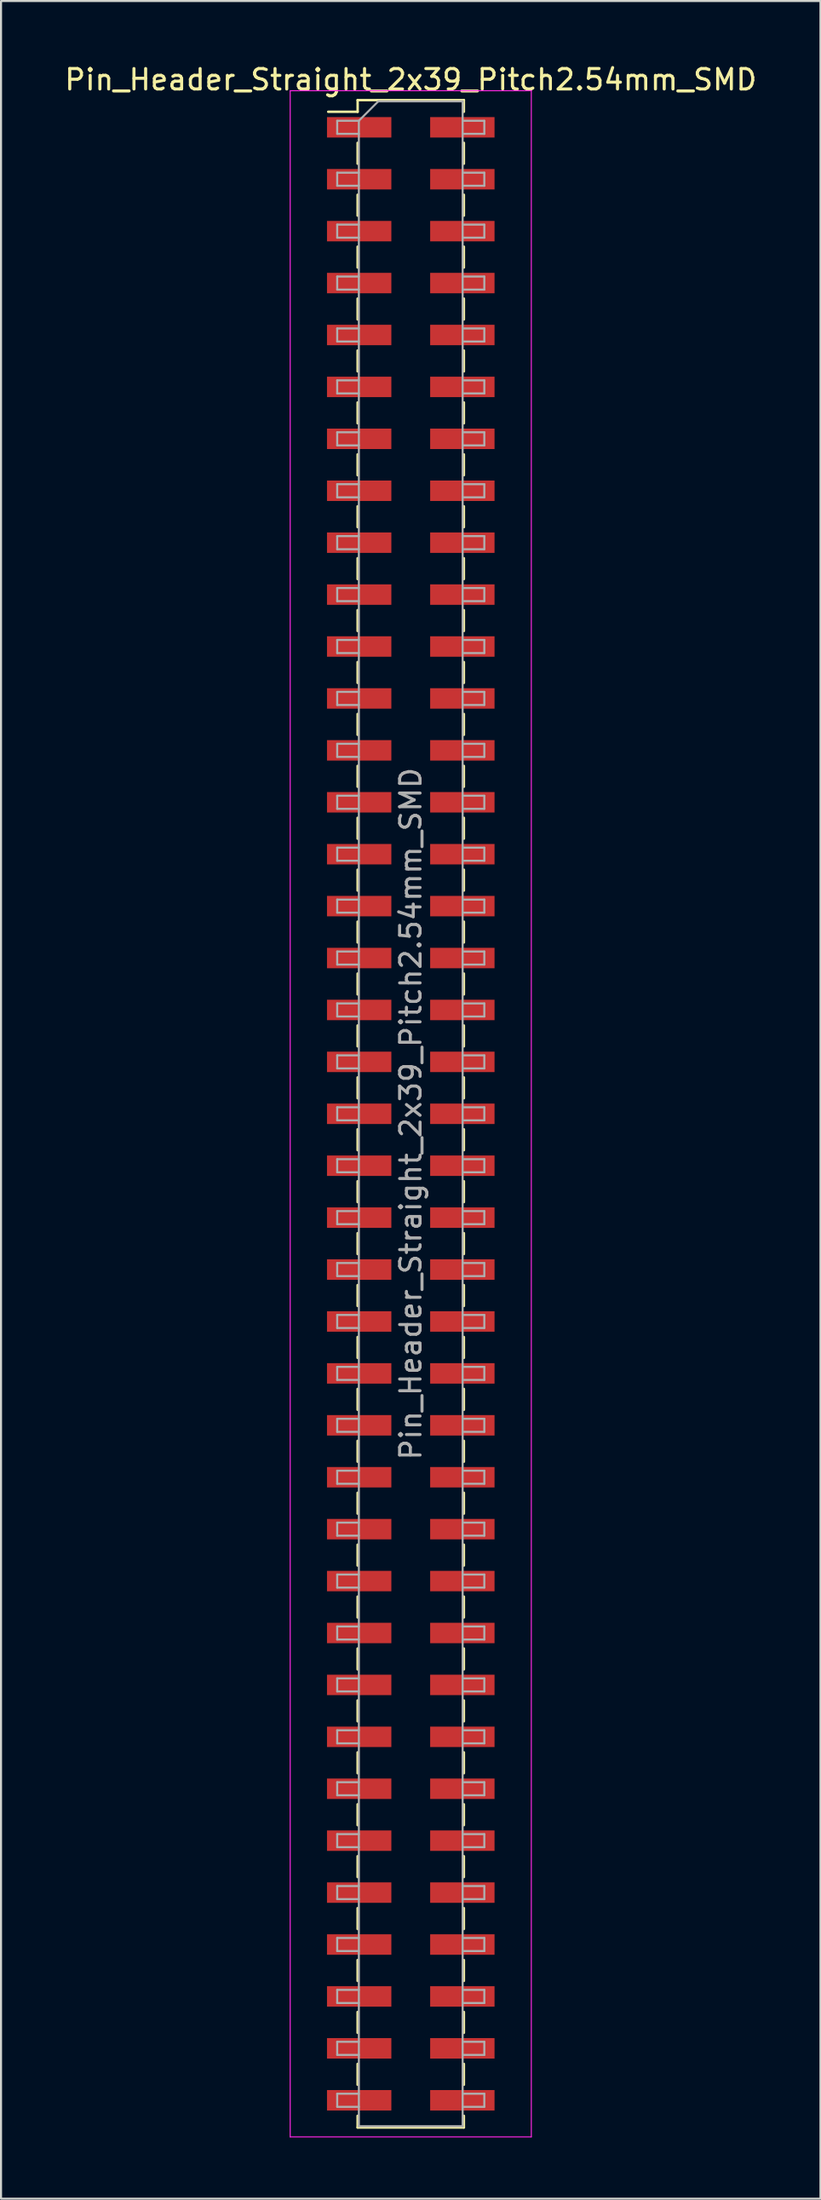
<source format=kicad_pcb>
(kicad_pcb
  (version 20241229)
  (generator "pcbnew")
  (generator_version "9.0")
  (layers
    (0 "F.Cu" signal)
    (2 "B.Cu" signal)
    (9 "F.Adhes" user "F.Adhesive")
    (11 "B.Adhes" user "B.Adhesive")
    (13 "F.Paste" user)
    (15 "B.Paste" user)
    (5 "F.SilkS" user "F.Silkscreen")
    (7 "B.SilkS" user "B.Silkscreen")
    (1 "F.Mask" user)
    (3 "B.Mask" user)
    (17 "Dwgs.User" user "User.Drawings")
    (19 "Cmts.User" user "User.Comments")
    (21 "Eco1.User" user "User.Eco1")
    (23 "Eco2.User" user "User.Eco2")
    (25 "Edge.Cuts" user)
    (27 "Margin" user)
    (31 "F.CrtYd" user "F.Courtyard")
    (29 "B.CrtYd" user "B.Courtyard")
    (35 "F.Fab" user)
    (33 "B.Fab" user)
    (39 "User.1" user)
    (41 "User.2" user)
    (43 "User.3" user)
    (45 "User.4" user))
  (footprint "Pin_Header_Straight_2x39_Pitch2.54mm_SMD"
    (layer "F.Cu")
    (at 17.054 51.438)
    (property "Reference" "Pin_Header_Straight_2x39_Pitch2.54mm_SMD" (at 0 -50.59 0) (layer "F.SilkS") (effects (font (size 1 1) (thickness 0.15))))
    (attr smd)
    (fp_line (start -4.04 -49.02) (end -2.6 -49.02) (stroke (width 0.12) (type solid)) (layer "F.SilkS"))
    (fp_line (start -2.6 -49.59) (end -2.6 -49.02) (stroke (width 0.12) (type solid)) (layer "F.SilkS"))
    (fp_line (start -2.6 -49.59) (end 2.6 -49.59) (stroke (width 0.12) (type solid)) (layer "F.SilkS"))
    (fp_line (start -2.6 -47.5) (end -2.6 -46.48) (stroke (width 0.12) (type solid)) (layer "F.SilkS"))
    (fp_line (start -2.6 -44.96) (end -2.6 -43.94) (stroke (width 0.12) (type solid)) (layer "F.SilkS"))
    (fp_line (start -2.6 -42.42) (end -2.6 -41.4) (stroke (width 0.12) (type solid)) (layer "F.SilkS"))
    (fp_line (start -2.6 -39.88) (end -2.6 -38.86) (stroke (width 0.12) (type solid)) (layer "F.SilkS"))
    (fp_line (start -2.6 -37.34) (end -2.6 -36.32) (stroke (width 0.12) (type solid)) (layer "F.SilkS"))
    (fp_line (start -2.6 -34.8) (end -2.6 -33.78) (stroke (width 0.12) (type solid)) (layer "F.SilkS"))
    (fp_line (start -2.6 -32.26) (end -2.6 -31.24) (stroke (width 0.12) (type solid)) (layer "F.SilkS"))
    (fp_line (start -2.6 -29.72) (end -2.6 -28.7) (stroke (width 0.12) (type solid)) (layer "F.SilkS"))
    (fp_line (start -2.6 -27.18) (end -2.6 -26.16) (stroke (width 0.12) (type solid)) (layer "F.SilkS"))
    (fp_line (start -2.6 -24.64) (end -2.6 -23.62) (stroke (width 0.12) (type solid)) (layer "F.SilkS"))
    (fp_line (start -2.6 -22.1) (end -2.6 -21.08) (stroke (width 0.12) (type solid)) (layer "F.SilkS"))
    (fp_line (start -2.6 -19.56) (end -2.6 -18.54) (stroke (width 0.12) (type solid)) (layer "F.SilkS"))
    (fp_line (start -2.6 -17.02) (end -2.6 -16) (stroke (width 0.12) (type solid)) (layer "F.SilkS"))
    (fp_line (start -2.6 -14.48) (end -2.6 -13.46) (stroke (width 0.12) (type solid)) (layer "F.SilkS"))
    (fp_line (start -2.6 -11.94) (end -2.6 -10.92) (stroke (width 0.12) (type solid)) (layer "F.SilkS"))
    (fp_line (start -2.6 -9.4) (end -2.6 -8.38) (stroke (width 0.12) (type solid)) (layer "F.SilkS"))
    (fp_line (start -2.6 -6.86) (end -2.6 -5.84) (stroke (width 0.12) (type solid)) (layer "F.SilkS"))
    (fp_line (start -2.6 -4.32) (end -2.6 -3.3) (stroke (width 0.12) (type solid)) (layer "F.SilkS"))
    (fp_line (start -2.6 -1.78) (end -2.6 -0.76) (stroke (width 0.12) (type solid)) (layer "F.SilkS"))
    (fp_line (start -2.6 0.76) (end -2.6 1.78) (stroke (width 0.12) (type solid)) (layer "F.SilkS"))
    (fp_line (start -2.6 3.3) (end -2.6 4.32) (stroke (width 0.12) (type solid)) (layer "F.SilkS"))
    (fp_line (start -2.6 5.84) (end -2.6 6.86) (stroke (width 0.12) (type solid)) (layer "F.SilkS"))
    (fp_line (start -2.6 8.38) (end -2.6 9.4) (stroke (width 0.12) (type solid)) (layer "F.SilkS"))
    (fp_line (start -2.6 10.92) (end -2.6 11.94) (stroke (width 0.12) (type solid)) (layer "F.SilkS"))
    (fp_line (start -2.6 13.46) (end -2.6 14.48) (stroke (width 0.12) (type solid)) (layer "F.SilkS"))
    (fp_line (start -2.6 16) (end -2.6 17.02) (stroke (width 0.12) (type solid)) (layer "F.SilkS"))
    (fp_line (start -2.6 18.54) (end -2.6 19.56) (stroke (width 0.12) (type solid)) (layer "F.SilkS"))
    (fp_line (start -2.6 21.08) (end -2.6 22.1) (stroke (width 0.12) (type solid)) (layer "F.SilkS"))
    (fp_line (start -2.6 23.62) (end -2.6 24.64) (stroke (width 0.12) (type solid)) (layer "F.SilkS"))
    (fp_line (start -2.6 26.16) (end -2.6 27.18) (stroke (width 0.12) (type solid)) (layer "F.SilkS"))
    (fp_line (start -2.6 28.7) (end -2.6 29.72) (stroke (width 0.12) (type solid)) (layer "F.SilkS"))
    (fp_line (start -2.6 31.24) (end -2.6 32.26) (stroke (width 0.12) (type solid)) (layer "F.SilkS"))
    (fp_line (start -2.6 33.78) (end -2.6 34.8) (stroke (width 0.12) (type solid)) (layer "F.SilkS"))
    (fp_line (start -2.6 36.32) (end -2.6 37.34) (stroke (width 0.12) (type solid)) (layer "F.SilkS"))
    (fp_line (start -2.6 38.86) (end -2.6 39.88) (stroke (width 0.12) (type solid)) (layer "F.SilkS"))
    (fp_line (start -2.6 41.4) (end -2.6 42.42) (stroke (width 0.12) (type solid)) (layer "F.SilkS"))
    (fp_line (start -2.6 43.94) (end -2.6 44.96) (stroke (width 0.12) (type solid)) (layer "F.SilkS"))
    (fp_line (start -2.6 46.48) (end -2.6 47.5) (stroke (width 0.12) (type solid)) (layer "F.SilkS"))
    (fp_line (start -2.6 49.02) (end -2.6 49.59) (stroke (width 0.12) (type solid)) (layer "F.SilkS"))
    (fp_line (start -2.6 49.59) (end 2.6 49.59) (stroke (width 0.12) (type solid)) (layer "F.SilkS"))
    (fp_line (start 2.6 -49.59) (end 2.6 -49.02) (stroke (width 0.12) (type solid)) (layer "F.SilkS"))
    (fp_line (start 2.6 -47.5) (end 2.6 -46.48) (stroke (width 0.12) (type solid)) (layer "F.SilkS"))
    (fp_line (start 2.6 -44.96) (end 2.6 -43.94) (stroke (width 0.12) (type solid)) (layer "F.SilkS"))
    (fp_line (start 2.6 -42.42) (end 2.6 -41.4) (stroke (width 0.12) (type solid)) (layer "F.SilkS"))
    (fp_line (start 2.6 -39.88) (end 2.6 -38.86) (stroke (width 0.12) (type solid)) (layer "F.SilkS"))
    (fp_line (start 2.6 -37.34) (end 2.6 -36.32) (stroke (width 0.12) (type solid)) (layer "F.SilkS"))
    (fp_line (start 2.6 -34.8) (end 2.6 -33.78) (stroke (width 0.12) (type solid)) (layer "F.SilkS"))
    (fp_line (start 2.6 -32.26) (end 2.6 -31.24) (stroke (width 0.12) (type solid)) (layer "F.SilkS"))
    (fp_line (start 2.6 -29.72) (end 2.6 -28.7) (stroke (width 0.12) (type solid)) (layer "F.SilkS"))
    (fp_line (start 2.6 -27.18) (end 2.6 -26.16) (stroke (width 0.12) (type solid)) (layer "F.SilkS"))
    (fp_line (start 2.6 -24.64) (end 2.6 -23.62) (stroke (width 0.12) (type solid)) (layer "F.SilkS"))
    (fp_line (start 2.6 -22.1) (end 2.6 -21.08) (stroke (width 0.12) (type solid)) (layer "F.SilkS"))
    (fp_line (start 2.6 -19.56) (end 2.6 -18.54) (stroke (width 0.12) (type solid)) (layer "F.SilkS"))
    (fp_line (start 2.6 -17.02) (end 2.6 -16) (stroke (width 0.12) (type solid)) (layer "F.SilkS"))
    (fp_line (start 2.6 -14.48) (end 2.6 -13.46) (stroke (width 0.12) (type solid)) (layer "F.SilkS"))
    (fp_line (start 2.6 -11.94) (end 2.6 -10.92) (stroke (width 0.12) (type solid)) (layer "F.SilkS"))
    (fp_line (start 2.6 -9.4) (end 2.6 -8.38) (stroke (width 0.12) (type solid)) (layer "F.SilkS"))
    (fp_line (start 2.6 -6.86) (end 2.6 -5.84) (stroke (width 0.12) (type solid)) (layer "F.SilkS"))
    (fp_line (start 2.6 -4.32) (end 2.6 -3.3) (stroke (width 0.12) (type solid)) (layer "F.SilkS"))
    (fp_line (start 2.6 -1.78) (end 2.6 -0.76) (stroke (width 0.12) (type solid)) (layer "F.SilkS"))
    (fp_line (start 2.6 0.76) (end 2.6 1.78) (stroke (width 0.12) (type solid)) (layer "F.SilkS"))
    (fp_line (start 2.6 3.3) (end 2.6 4.32) (stroke (width 0.12) (type solid)) (layer "F.SilkS"))
    (fp_line (start 2.6 5.84) (end 2.6 6.86) (stroke (width 0.12) (type solid)) (layer "F.SilkS"))
    (fp_line (start 2.6 8.38) (end 2.6 9.4) (stroke (width 0.12) (type solid)) (layer "F.SilkS"))
    (fp_line (start 2.6 10.92) (end 2.6 11.94) (stroke (width 0.12) (type solid)) (layer "F.SilkS"))
    (fp_line (start 2.6 13.46) (end 2.6 14.48) (stroke (width 0.12) (type solid)) (layer "F.SilkS"))
    (fp_line (start 2.6 16) (end 2.6 17.02) (stroke (width 0.12) (type solid)) (layer "F.SilkS"))
    (fp_line (start 2.6 18.54) (end 2.6 19.56) (stroke (width 0.12) (type solid)) (layer "F.SilkS"))
    (fp_line (start 2.6 21.08) (end 2.6 22.1) (stroke (width 0.12) (type solid)) (layer "F.SilkS"))
    (fp_line (start 2.6 23.62) (end 2.6 24.64) (stroke (width 0.12) (type solid)) (layer "F.SilkS"))
    (fp_line (start 2.6 26.16) (end 2.6 27.18) (stroke (width 0.12) (type solid)) (layer "F.SilkS"))
    (fp_line (start 2.6 28.7) (end 2.6 29.72) (stroke (width 0.12) (type solid)) (layer "F.SilkS"))
    (fp_line (start 2.6 31.24) (end 2.6 32.26) (stroke (width 0.12) (type solid)) (layer "F.SilkS"))
    (fp_line (start 2.6 33.78) (end 2.6 34.8) (stroke (width 0.12) (type solid)) (layer "F.SilkS"))
    (fp_line (start 2.6 36.32) (end 2.6 37.34) (stroke (width 0.12) (type solid)) (layer "F.SilkS"))
    (fp_line (start 2.6 38.86) (end 2.6 39.88) (stroke (width 0.12) (type solid)) (layer "F.SilkS"))
    (fp_line (start 2.6 41.4) (end 2.6 42.42) (stroke (width 0.12) (type solid)) (layer "F.SilkS"))
    (fp_line (start 2.6 43.94) (end 2.6 44.96) (stroke (width 0.12) (type solid)) (layer "F.SilkS"))
    (fp_line (start 2.6 46.48) (end 2.6 47.5) (stroke (width 0.12) (type solid)) (layer "F.SilkS"))
    (fp_line (start 2.6 49.02) (end 2.6 49.59) (stroke (width 0.12) (type solid)) (layer "F.SilkS"))
    (fp_line (start -5.9 -50.05) (end -5.9 50.05) (stroke (width 0.05) (type solid)) (layer "F.CrtYd"))
    (fp_line (start -5.9 50.05) (end 5.9 50.05) (stroke (width 0.05) (type solid)) (layer "F.CrtYd"))
    (fp_line (start 5.9 -50.05) (end -5.9 -50.05) (stroke (width 0.05) (type solid)) (layer "F.CrtYd"))
    (fp_line (start 5.9 50.05) (end 5.9 -50.05) (stroke (width 0.05) (type solid)) (layer "F.CrtYd"))
    (fp_line (start -3.6 -48.58) (end -3.6 -47.94) (stroke (width 0.1) (type solid)) (layer "F.Fab"))
    (fp_line (start -3.6 -47.94) (end -2.54 -47.94) (stroke (width 0.1) (type solid)) (layer "F.Fab"))
    (fp_line (start -3.6 -46.04) (end -3.6 -45.4) (stroke (width 0.1) (type solid)) (layer "F.Fab"))
    (fp_line (start -3.6 -45.4) (end -2.54 -45.4) (stroke (width 0.1) (type solid)) (layer "F.Fab"))
    (fp_line (start -3.6 -43.5) (end -3.6 -42.86) (stroke (width 0.1) (type solid)) (layer "F.Fab"))
    (fp_line (start -3.6 -42.86) (end -2.54 -42.86) (stroke (width 0.1) (type solid)) (layer "F.Fab"))
    (fp_line (start -3.6 -40.96) (end -3.6 -40.32) (stroke (width 0.1) (type solid)) (layer "F.Fab"))
    (fp_line (start -3.6 -40.32) (end -2.54 -40.32) (stroke (width 0.1) (type solid)) (layer "F.Fab"))
    (fp_line (start -3.6 -38.42) (end -3.6 -37.78) (stroke (width 0.1) (type solid)) (layer "F.Fab"))
    (fp_line (start -3.6 -37.78) (end -2.54 -37.78) (stroke (width 0.1) (type solid)) (layer "F.Fab"))
    (fp_line (start -3.6 -35.88) (end -3.6 -35.24) (stroke (width 0.1) (type solid)) (layer "F.Fab"))
    (fp_line (start -3.6 -35.24) (end -2.54 -35.24) (stroke (width 0.1) (type solid)) (layer "F.Fab"))
    (fp_line (start -3.6 -33.34) (end -3.6 -32.7) (stroke (width 0.1) (type solid)) (layer "F.Fab"))
    (fp_line (start -3.6 -32.7) (end -2.54 -32.7) (stroke (width 0.1) (type solid)) (layer "F.Fab"))
    (fp_line (start -3.6 -30.8) (end -3.6 -30.16) (stroke (width 0.1) (type solid)) (layer "F.Fab"))
    (fp_line (start -3.6 -30.16) (end -2.54 -30.16) (stroke (width 0.1) (type solid)) (layer "F.Fab"))
    (fp_line (start -3.6 -28.26) (end -3.6 -27.62) (stroke (width 0.1) (type solid)) (layer "F.Fab"))
    (fp_line (start -3.6 -27.62) (end -2.54 -27.62) (stroke (width 0.1) (type solid)) (layer "F.Fab"))
    (fp_line (start -3.6 -25.72) (end -3.6 -25.08) (stroke (width 0.1) (type solid)) (layer "F.Fab"))
    (fp_line (start -3.6 -25.08) (end -2.54 -25.08) (stroke (width 0.1) (type solid)) (layer "F.Fab"))
    (fp_line (start -3.6 -23.18) (end -3.6 -22.54) (stroke (width 0.1) (type solid)) (layer "F.Fab"))
    (fp_line (start -3.6 -22.54) (end -2.54 -22.54) (stroke (width 0.1) (type solid)) (layer "F.Fab"))
    (fp_line (start -3.6 -20.64) (end -3.6 -20) (stroke (width 0.1) (type solid)) (layer "F.Fab"))
    (fp_line (start -3.6 -20) (end -2.54 -20) (stroke (width 0.1) (type solid)) (layer "F.Fab"))
    (fp_line (start -3.6 -18.1) (end -3.6 -17.46) (stroke (width 0.1) (type solid)) (layer "F.Fab"))
    (fp_line (start -3.6 -17.46) (end -2.54 -17.46) (stroke (width 0.1) (type solid)) (layer "F.Fab"))
    (fp_line (start -3.6 -15.56) (end -3.6 -14.92) (stroke (width 0.1) (type solid)) (layer "F.Fab"))
    (fp_line (start -3.6 -14.92) (end -2.54 -14.92) (stroke (width 0.1) (type solid)) (layer "F.Fab"))
    (fp_line (start -3.6 -13.02) (end -3.6 -12.38) (stroke (width 0.1) (type solid)) (layer "F.Fab"))
    (fp_line (start -3.6 -12.38) (end -2.54 -12.38) (stroke (width 0.1) (type solid)) (layer "F.Fab"))
    (fp_line (start -3.6 -10.48) (end -3.6 -9.84) (stroke (width 0.1) (type solid)) (layer "F.Fab"))
    (fp_line (start -3.6 -9.84) (end -2.54 -9.84) (stroke (width 0.1) (type solid)) (layer "F.Fab"))
    (fp_line (start -3.6 -7.94) (end -3.6 -7.3) (stroke (width 0.1) (type solid)) (layer "F.Fab"))
    (fp_line (start -3.6 -7.3) (end -2.54 -7.3) (stroke (width 0.1) (type solid)) (layer "F.Fab"))
    (fp_line (start -3.6 -5.4) (end -3.6 -4.76) (stroke (width 0.1) (type solid)) (layer "F.Fab"))
    (fp_line (start -3.6 -4.76) (end -2.54 -4.76) (stroke (width 0.1) (type solid)) (layer "F.Fab"))
    (fp_line (start -3.6 -2.86) (end -3.6 -2.22) (stroke (width 0.1) (type solid)) (layer "F.Fab"))
    (fp_line (start -3.6 -2.22) (end -2.54 -2.22) (stroke (width 0.1) (type solid)) (layer "F.Fab"))
    (fp_line (start -3.6 -0.32) (end -3.6 0.32) (stroke (width 0.1) (type solid)) (layer "F.Fab"))
    (fp_line (start -3.6 0.32) (end -2.54 0.32) (stroke (width 0.1) (type solid)) (layer "F.Fab"))
    (fp_line (start -3.6 2.22) (end -3.6 2.86) (stroke (width 0.1) (type solid)) (layer "F.Fab"))
    (fp_line (start -3.6 2.86) (end -2.54 2.86) (stroke (width 0.1) (type solid)) (layer "F.Fab"))
    (fp_line (start -3.6 4.76) (end -3.6 5.4) (stroke (width 0.1) (type solid)) (layer "F.Fab"))
    (fp_line (start -3.6 5.4) (end -2.54 5.4) (stroke (width 0.1) (type solid)) (layer "F.Fab"))
    (fp_line (start -3.6 7.3) (end -3.6 7.94) (stroke (width 0.1) (type solid)) (layer "F.Fab"))
    (fp_line (start -3.6 7.94) (end -2.54 7.94) (stroke (width 0.1) (type solid)) (layer "F.Fab"))
    (fp_line (start -3.6 9.84) (end -3.6 10.48) (stroke (width 0.1) (type solid)) (layer "F.Fab"))
    (fp_line (start -3.6 10.48) (end -2.54 10.48) (stroke (width 0.1) (type solid)) (layer "F.Fab"))
    (fp_line (start -3.6 12.38) (end -3.6 13.02) (stroke (width 0.1) (type solid)) (layer "F.Fab"))
    (fp_line (start -3.6 13.02) (end -2.54 13.02) (stroke (width 0.1) (type solid)) (layer "F.Fab"))
    (fp_line (start -3.6 14.92) (end -3.6 15.56) (stroke (width 0.1) (type solid)) (layer "F.Fab"))
    (fp_line (start -3.6 15.56) (end -2.54 15.56) (stroke (width 0.1) (type solid)) (layer "F.Fab"))
    (fp_line (start -3.6 17.46) (end -3.6 18.1) (stroke (width 0.1) (type solid)) (layer "F.Fab"))
    (fp_line (start -3.6 18.1) (end -2.54 18.1) (stroke (width 0.1) (type solid)) (layer "F.Fab"))
    (fp_line (start -3.6 20) (end -3.6 20.64) (stroke (width 0.1) (type solid)) (layer "F.Fab"))
    (fp_line (start -3.6 20.64) (end -2.54 20.64) (stroke (width 0.1) (type solid)) (layer "F.Fab"))
    (fp_line (start -3.6 22.54) (end -3.6 23.18) (stroke (width 0.1) (type solid)) (layer "F.Fab"))
    (fp_line (start -3.6 23.18) (end -2.54 23.18) (stroke (width 0.1) (type solid)) (layer "F.Fab"))
    (fp_line (start -3.6 25.08) (end -3.6 25.72) (stroke (width 0.1) (type solid)) (layer "F.Fab"))
    (fp_line (start -3.6 25.72) (end -2.54 25.72) (stroke (width 0.1) (type solid)) (layer "F.Fab"))
    (fp_line (start -3.6 27.62) (end -3.6 28.26) (stroke (width 0.1) (type solid)) (layer "F.Fab"))
    (fp_line (start -3.6 28.26) (end -2.54 28.26) (stroke (width 0.1) (type solid)) (layer "F.Fab"))
    (fp_line (start -3.6 30.16) (end -3.6 30.8) (stroke (width 0.1) (type solid)) (layer "F.Fab"))
    (fp_line (start -3.6 30.8) (end -2.54 30.8) (stroke (width 0.1) (type solid)) (layer "F.Fab"))
    (fp_line (start -3.6 32.7) (end -3.6 33.34) (stroke (width 0.1) (type solid)) (layer "F.Fab"))
    (fp_line (start -3.6 33.34) (end -2.54 33.34) (stroke (width 0.1) (type solid)) (layer "F.Fab"))
    (fp_line (start -3.6 35.24) (end -3.6 35.88) (stroke (width 0.1) (type solid)) (layer "F.Fab"))
    (fp_line (start -3.6 35.88) (end -2.54 35.88) (stroke (width 0.1) (type solid)) (layer "F.Fab"))
    (fp_line (start -3.6 37.78) (end -3.6 38.42) (stroke (width 0.1) (type solid)) (layer "F.Fab"))
    (fp_line (start -3.6 38.42) (end -2.54 38.42) (stroke (width 0.1) (type solid)) (layer "F.Fab"))
    (fp_line (start -3.6 40.32) (end -3.6 40.96) (stroke (width 0.1) (type solid)) (layer "F.Fab"))
    (fp_line (start -3.6 40.96) (end -2.54 40.96) (stroke (width 0.1) (type solid)) (layer "F.Fab"))
    (fp_line (start -3.6 42.86) (end -3.6 43.5) (stroke (width 0.1) (type solid)) (layer "F.Fab"))
    (fp_line (start -3.6 43.5) (end -2.54 43.5) (stroke (width 0.1) (type solid)) (layer "F.Fab"))
    (fp_line (start -3.6 45.4) (end -3.6 46.04) (stroke (width 0.1) (type solid)) (layer "F.Fab"))
    (fp_line (start -3.6 46.04) (end -2.54 46.04) (stroke (width 0.1) (type solid)) (layer "F.Fab"))
    (fp_line (start -3.6 47.94) (end -3.6 48.58) (stroke (width 0.1) (type solid)) (layer "F.Fab"))
    (fp_line (start -3.6 48.58) (end -2.54 48.58) (stroke (width 0.1) (type solid)) (layer "F.Fab"))
    (fp_line (start -2.54 -48.58) (end -3.6 -48.58) (stroke (width 0.1) (type solid)) (layer "F.Fab"))
    (fp_line (start -2.54 -48.58) (end -1.59 -49.53) (stroke (width 0.1) (type solid)) (layer "F.Fab"))
    (fp_line (start -2.54 -46.04) (end -3.6 -46.04) (stroke (width 0.1) (type solid)) (layer "F.Fab"))
    (fp_line (start -2.54 -43.5) (end -3.6 -43.5) (stroke (width 0.1) (type solid)) (layer "F.Fab"))
    (fp_line (start -2.54 -40.96) (end -3.6 -40.96) (stroke (width 0.1) (type solid)) (layer "F.Fab"))
    (fp_line (start -2.54 -38.42) (end -3.6 -38.42) (stroke (width 0.1) (type solid)) (layer "F.Fab"))
    (fp_line (start -2.54 -35.88) (end -3.6 -35.88) (stroke (width 0.1) (type solid)) (layer "F.Fab"))
    (fp_line (start -2.54 -33.34) (end -3.6 -33.34) (stroke (width 0.1) (type solid)) (layer "F.Fab"))
    (fp_line (start -2.54 -30.8) (end -3.6 -30.8) (stroke (width 0.1) (type solid)) (layer "F.Fab"))
    (fp_line (start -2.54 -28.26) (end -3.6 -28.26) (stroke (width 0.1) (type solid)) (layer "F.Fab"))
    (fp_line (start -2.54 -25.72) (end -3.6 -25.72) (stroke (width 0.1) (type solid)) (layer "F.Fab"))
    (fp_line (start -2.54 -23.18) (end -3.6 -23.18) (stroke (width 0.1) (type solid)) (layer "F.Fab"))
    (fp_line (start -2.54 -20.64) (end -3.6 -20.64) (stroke (width 0.1) (type solid)) (layer "F.Fab"))
    (fp_line (start -2.54 -18.1) (end -3.6 -18.1) (stroke (width 0.1) (type solid)) (layer "F.Fab"))
    (fp_line (start -2.54 -15.56) (end -3.6 -15.56) (stroke (width 0.1) (type solid)) (layer "F.Fab"))
    (fp_line (start -2.54 -13.02) (end -3.6 -13.02) (stroke (width 0.1) (type solid)) (layer "F.Fab"))
    (fp_line (start -2.54 -10.48) (end -3.6 -10.48) (stroke (width 0.1) (type solid)) (layer "F.Fab"))
    (fp_line (start -2.54 -7.94) (end -3.6 -7.94) (stroke (width 0.1) (type solid)) (layer "F.Fab"))
    (fp_line (start -2.54 -5.4) (end -3.6 -5.4) (stroke (width 0.1) (type solid)) (layer "F.Fab"))
    (fp_line (start -2.54 -2.86) (end -3.6 -2.86) (stroke (width 0.1) (type solid)) (layer "F.Fab"))
    (fp_line (start -2.54 -0.32) (end -3.6 -0.32) (stroke (width 0.1) (type solid)) (layer "F.Fab"))
    (fp_line (start -2.54 2.22) (end -3.6 2.22) (stroke (width 0.1) (type solid)) (layer "F.Fab"))
    (fp_line (start -2.54 4.76) (end -3.6 4.76) (stroke (width 0.1) (type solid)) (layer "F.Fab"))
    (fp_line (start -2.54 7.3) (end -3.6 7.3) (stroke (width 0.1) (type solid)) (layer "F.Fab"))
    (fp_line (start -2.54 9.84) (end -3.6 9.84) (stroke (width 0.1) (type solid)) (layer "F.Fab"))
    (fp_line (start -2.54 12.38) (end -3.6 12.38) (stroke (width 0.1) (type solid)) (layer "F.Fab"))
    (fp_line (start -2.54 14.92) (end -3.6 14.92) (stroke (width 0.1) (type solid)) (layer "F.Fab"))
    (fp_line (start -2.54 17.46) (end -3.6 17.46) (stroke (width 0.1) (type solid)) (layer "F.Fab"))
    (fp_line (start -2.54 20) (end -3.6 20) (stroke (width 0.1) (type solid)) (layer "F.Fab"))
    (fp_line (start -2.54 22.54) (end -3.6 22.54) (stroke (width 0.1) (type solid)) (layer "F.Fab"))
    (fp_line (start -2.54 25.08) (end -3.6 25.08) (stroke (width 0.1) (type solid)) (layer "F.Fab"))
    (fp_line (start -2.54 27.62) (end -3.6 27.62) (stroke (width 0.1) (type solid)) (layer "F.Fab"))
    (fp_line (start -2.54 30.16) (end -3.6 30.16) (stroke (width 0.1) (type solid)) (layer "F.Fab"))
    (fp_line (start -2.54 32.7) (end -3.6 32.7) (stroke (width 0.1) (type solid)) (layer "F.Fab"))
    (fp_line (start -2.54 35.24) (end -3.6 35.24) (stroke (width 0.1) (type solid)) (layer "F.Fab"))
    (fp_line (start -2.54 37.78) (end -3.6 37.78) (stroke (width 0.1) (type solid)) (layer "F.Fab"))
    (fp_line (start -2.54 40.32) (end -3.6 40.32) (stroke (width 0.1) (type solid)) (layer "F.Fab"))
    (fp_line (start -2.54 42.86) (end -3.6 42.86) (stroke (width 0.1) (type solid)) (layer "F.Fab"))
    (fp_line (start -2.54 45.4) (end -3.6 45.4) (stroke (width 0.1) (type solid)) (layer "F.Fab"))
    (fp_line (start -2.54 47.94) (end -3.6 47.94) (stroke (width 0.1) (type solid)) (layer "F.Fab"))
    (fp_line (start -2.54 49.53) (end -2.54 -48.58) (stroke (width 0.1) (type solid)) (layer "F.Fab"))
    (fp_line (start -1.59 -49.53) (end 2.54 -49.53) (stroke (width 0.1) (type solid)) (layer "F.Fab"))
    (fp_line (start 2.54 -49.53) (end 2.54 49.53) (stroke (width 0.1) (type solid)) (layer "F.Fab"))
    (fp_line (start 2.54 -48.58) (end 3.6 -48.58) (stroke (width 0.1) (type solid)) (layer "F.Fab"))
    (fp_line (start 2.54 -46.04) (end 3.6 -46.04) (stroke (width 0.1) (type solid)) (layer "F.Fab"))
    (fp_line (start 2.54 -43.5) (end 3.6 -43.5) (stroke (width 0.1) (type solid)) (layer "F.Fab"))
    (fp_line (start 2.54 -40.96) (end 3.6 -40.96) (stroke (width 0.1) (type solid)) (layer "F.Fab"))
    (fp_line (start 2.54 -38.42) (end 3.6 -38.42) (stroke (width 0.1) (type solid)) (layer "F.Fab"))
    (fp_line (start 2.54 -35.88) (end 3.6 -35.88) (stroke (width 0.1) (type solid)) (layer "F.Fab"))
    (fp_line (start 2.54 -33.34) (end 3.6 -33.34) (stroke (width 0.1) (type solid)) (layer "F.Fab"))
    (fp_line (start 2.54 -30.8) (end 3.6 -30.8) (stroke (width 0.1) (type solid)) (layer "F.Fab"))
    (fp_line (start 2.54 -28.26) (end 3.6 -28.26) (stroke (width 0.1) (type solid)) (layer "F.Fab"))
    (fp_line (start 2.54 -25.72) (end 3.6 -25.72) (stroke (width 0.1) (type solid)) (layer "F.Fab"))
    (fp_line (start 2.54 -23.18) (end 3.6 -23.18) (stroke (width 0.1) (type solid)) (layer "F.Fab"))
    (fp_line (start 2.54 -20.64) (end 3.6 -20.64) (stroke (width 0.1) (type solid)) (layer "F.Fab"))
    (fp_line (start 2.54 -18.1) (end 3.6 -18.1) (stroke (width 0.1) (type solid)) (layer "F.Fab"))
    (fp_line (start 2.54 -15.56) (end 3.6 -15.56) (stroke (width 0.1) (type solid)) (layer "F.Fab"))
    (fp_line (start 2.54 -13.02) (end 3.6 -13.02) (stroke (width 0.1) (type solid)) (layer "F.Fab"))
    (fp_line (start 2.54 -10.48) (end 3.6 -10.48) (stroke (width 0.1) (type solid)) (layer "F.Fab"))
    (fp_line (start 2.54 -7.94) (end 3.6 -7.94) (stroke (width 0.1) (type solid)) (layer "F.Fab"))
    (fp_line (start 2.54 -5.4) (end 3.6 -5.4) (stroke (width 0.1) (type solid)) (layer "F.Fab"))
    (fp_line (start 2.54 -2.86) (end 3.6 -2.86) (stroke (width 0.1) (type solid)) (layer "F.Fab"))
    (fp_line (start 2.54 -0.32) (end 3.6 -0.32) (stroke (width 0.1) (type solid)) (layer "F.Fab"))
    (fp_line (start 2.54 2.22) (end 3.6 2.22) (stroke (width 0.1) (type solid)) (layer "F.Fab"))
    (fp_line (start 2.54 4.76) (end 3.6 4.76) (stroke (width 0.1) (type solid)) (layer "F.Fab"))
    (fp_line (start 2.54 7.3) (end 3.6 7.3) (stroke (width 0.1) (type solid)) (layer "F.Fab"))
    (fp_line (start 2.54 9.84) (end 3.6 9.84) (stroke (width 0.1) (type solid)) (layer "F.Fab"))
    (fp_line (start 2.54 12.38) (end 3.6 12.38) (stroke (width 0.1) (type solid)) (layer "F.Fab"))
    (fp_line (start 2.54 14.92) (end 3.6 14.92) (stroke (width 0.1) (type solid)) (layer "F.Fab"))
    (fp_line (start 2.54 17.46) (end 3.6 17.46) (stroke (width 0.1) (type solid)) (layer "F.Fab"))
    (fp_line (start 2.54 20) (end 3.6 20) (stroke (width 0.1) (type solid)) (layer "F.Fab"))
    (fp_line (start 2.54 22.54) (end 3.6 22.54) (stroke (width 0.1) (type solid)) (layer "F.Fab"))
    (fp_line (start 2.54 25.08) (end 3.6 25.08) (stroke (width 0.1) (type solid)) (layer "F.Fab"))
    (fp_line (start 2.54 27.62) (end 3.6 27.62) (stroke (width 0.1) (type solid)) (layer "F.Fab"))
    (fp_line (start 2.54 30.16) (end 3.6 30.16) (stroke (width 0.1) (type solid)) (layer "F.Fab"))
    (fp_line (start 2.54 32.7) (end 3.6 32.7) (stroke (width 0.1) (type solid)) (layer "F.Fab"))
    (fp_line (start 2.54 35.24) (end 3.6 35.24) (stroke (width 0.1) (type solid)) (layer "F.Fab"))
    (fp_line (start 2.54 37.78) (end 3.6 37.78) (stroke (width 0.1) (type solid)) (layer "F.Fab"))
    (fp_line (start 2.54 40.32) (end 3.6 40.32) (stroke (width 0.1) (type solid)) (layer "F.Fab"))
    (fp_line (start 2.54 42.86) (end 3.6 42.86) (stroke (width 0.1) (type solid)) (layer "F.Fab"))
    (fp_line (start 2.54 45.4) (end 3.6 45.4) (stroke (width 0.1) (type solid)) (layer "F.Fab"))
    (fp_line (start 2.54 47.94) (end 3.6 47.94) (stroke (width 0.1) (type solid)) (layer "F.Fab"))
    (fp_line (start 2.54 49.53) (end -2.54 49.53) (stroke (width 0.1) (type solid)) (layer "F.Fab"))
    (fp_line (start 3.6 -48.58) (end 3.6 -47.94) (stroke (width 0.1) (type solid)) (layer "F.Fab"))
    (fp_line (start 3.6 -47.94) (end 2.54 -47.94) (stroke (width 0.1) (type solid)) (layer "F.Fab"))
    (fp_line (start 3.6 -46.04) (end 3.6 -45.4) (stroke (width 0.1) (type solid)) (layer "F.Fab"))
    (fp_line (start 3.6 -45.4) (end 2.54 -45.4) (stroke (width 0.1) (type solid)) (layer "F.Fab"))
    (fp_line (start 3.6 -43.5) (end 3.6 -42.86) (stroke (width 0.1) (type solid)) (layer "F.Fab"))
    (fp_line (start 3.6 -42.86) (end 2.54 -42.86) (stroke (width 0.1) (type solid)) (layer "F.Fab"))
    (fp_line (start 3.6 -40.96) (end 3.6 -40.32) (stroke (width 0.1) (type solid)) (layer "F.Fab"))
    (fp_line (start 3.6 -40.32) (end 2.54 -40.32) (stroke (width 0.1) (type solid)) (layer "F.Fab"))
    (fp_line (start 3.6 -38.42) (end 3.6 -37.78) (stroke (width 0.1) (type solid)) (layer "F.Fab"))
    (fp_line (start 3.6 -37.78) (end 2.54 -37.78) (stroke (width 0.1) (type solid)) (layer "F.Fab"))
    (fp_line (start 3.6 -35.88) (end 3.6 -35.24) (stroke (width 0.1) (type solid)) (layer "F.Fab"))
    (fp_line (start 3.6 -35.24) (end 2.54 -35.24) (stroke (width 0.1) (type solid)) (layer "F.Fab"))
    (fp_line (start 3.6 -33.34) (end 3.6 -32.7) (stroke (width 0.1) (type solid)) (layer "F.Fab"))
    (fp_line (start 3.6 -32.7) (end 2.54 -32.7) (stroke (width 0.1) (type solid)) (layer "F.Fab"))
    (fp_line (start 3.6 -30.8) (end 3.6 -30.16) (stroke (width 0.1) (type solid)) (layer "F.Fab"))
    (fp_line (start 3.6 -30.16) (end 2.54 -30.16) (stroke (width 0.1) (type solid)) (layer "F.Fab"))
    (fp_line (start 3.6 -28.26) (end 3.6 -27.62) (stroke (width 0.1) (type solid)) (layer "F.Fab"))
    (fp_line (start 3.6 -27.62) (end 2.54 -27.62) (stroke (width 0.1) (type solid)) (layer "F.Fab"))
    (fp_line (start 3.6 -25.72) (end 3.6 -25.08) (stroke (width 0.1) (type solid)) (layer "F.Fab"))
    (fp_line (start 3.6 -25.08) (end 2.54 -25.08) (stroke (width 0.1) (type solid)) (layer "F.Fab"))
    (fp_line (start 3.6 -23.18) (end 3.6 -22.54) (stroke (width 0.1) (type solid)) (layer "F.Fab"))
    (fp_line (start 3.6 -22.54) (end 2.54 -22.54) (stroke (width 0.1) (type solid)) (layer "F.Fab"))
    (fp_line (start 3.6 -20.64) (end 3.6 -20) (stroke (width 0.1) (type solid)) (layer "F.Fab"))
    (fp_line (start 3.6 -20) (end 2.54 -20) (stroke (width 0.1) (type solid)) (layer "F.Fab"))
    (fp_line (start 3.6 -18.1) (end 3.6 -17.46) (stroke (width 0.1) (type solid)) (layer "F.Fab"))
    (fp_line (start 3.6 -17.46) (end 2.54 -17.46) (stroke (width 0.1) (type solid)) (layer "F.Fab"))
    (fp_line (start 3.6 -15.56) (end 3.6 -14.92) (stroke (width 0.1) (type solid)) (layer "F.Fab"))
    (fp_line (start 3.6 -14.92) (end 2.54 -14.92) (stroke (width 0.1) (type solid)) (layer "F.Fab"))
    (fp_line (start 3.6 -13.02) (end 3.6 -12.38) (stroke (width 0.1) (type solid)) (layer "F.Fab"))
    (fp_line (start 3.6 -12.38) (end 2.54 -12.38) (stroke (width 0.1) (type solid)) (layer "F.Fab"))
    (fp_line (start 3.6 -10.48) (end 3.6 -9.84) (stroke (width 0.1) (type solid)) (layer "F.Fab"))
    (fp_line (start 3.6 -9.84) (end 2.54 -9.84) (stroke (width 0.1) (type solid)) (layer "F.Fab"))
    (fp_line (start 3.6 -7.94) (end 3.6 -7.3) (stroke (width 0.1) (type solid)) (layer "F.Fab"))
    (fp_line (start 3.6 -7.3) (end 2.54 -7.3) (stroke (width 0.1) (type solid)) (layer "F.Fab"))
    (fp_line (start 3.6 -5.4) (end 3.6 -4.76) (stroke (width 0.1) (type solid)) (layer "F.Fab"))
    (fp_line (start 3.6 -4.76) (end 2.54 -4.76) (stroke (width 0.1) (type solid)) (layer "F.Fab"))
    (fp_line (start 3.6 -2.86) (end 3.6 -2.22) (stroke (width 0.1) (type solid)) (layer "F.Fab"))
    (fp_line (start 3.6 -2.22) (end 2.54 -2.22) (stroke (width 0.1) (type solid)) (layer "F.Fab"))
    (fp_line (start 3.6 -0.32) (end 3.6 0.32) (stroke (width 0.1) (type solid)) (layer "F.Fab"))
    (fp_line (start 3.6 0.32) (end 2.54 0.32) (stroke (width 0.1) (type solid)) (layer "F.Fab"))
    (fp_line (start 3.6 2.22) (end 3.6 2.86) (stroke (width 0.1) (type solid)) (layer "F.Fab"))
    (fp_line (start 3.6 2.86) (end 2.54 2.86) (stroke (width 0.1) (type solid)) (layer "F.Fab"))
    (fp_line (start 3.6 4.76) (end 3.6 5.4) (stroke (width 0.1) (type solid)) (layer "F.Fab"))
    (fp_line (start 3.6 5.4) (end 2.54 5.4) (stroke (width 0.1) (type solid)) (layer "F.Fab"))
    (fp_line (start 3.6 7.3) (end 3.6 7.94) (stroke (width 0.1) (type solid)) (layer "F.Fab"))
    (fp_line (start 3.6 7.94) (end 2.54 7.94) (stroke (width 0.1) (type solid)) (layer "F.Fab"))
    (fp_line (start 3.6 9.84) (end 3.6 10.48) (stroke (width 0.1) (type solid)) (layer "F.Fab"))
    (fp_line (start 3.6 10.48) (end 2.54 10.48) (stroke (width 0.1) (type solid)) (layer "F.Fab"))
    (fp_line (start 3.6 12.38) (end 3.6 13.02) (stroke (width 0.1) (type solid)) (layer "F.Fab"))
    (fp_line (start 3.6 13.02) (end 2.54 13.02) (stroke (width 0.1) (type solid)) (layer "F.Fab"))
    (fp_line (start 3.6 14.92) (end 3.6 15.56) (stroke (width 0.1) (type solid)) (layer "F.Fab"))
    (fp_line (start 3.6 15.56) (end 2.54 15.56) (stroke (width 0.1) (type solid)) (layer "F.Fab"))
    (fp_line (start 3.6 17.46) (end 3.6 18.1) (stroke (width 0.1) (type solid)) (layer "F.Fab"))
    (fp_line (start 3.6 18.1) (end 2.54 18.1) (stroke (width 0.1) (type solid)) (layer "F.Fab"))
    (fp_line (start 3.6 20) (end 3.6 20.64) (stroke (width 0.1) (type solid)) (layer "F.Fab"))
    (fp_line (start 3.6 20.64) (end 2.54 20.64) (stroke (width 0.1) (type solid)) (layer "F.Fab"))
    (fp_line (start 3.6 22.54) (end 3.6 23.18) (stroke (width 0.1) (type solid)) (layer "F.Fab"))
    (fp_line (start 3.6 23.18) (end 2.54 23.18) (stroke (width 0.1) (type solid)) (layer "F.Fab"))
    (fp_line (start 3.6 25.08) (end 3.6 25.72) (stroke (width 0.1) (type solid)) (layer "F.Fab"))
    (fp_line (start 3.6 25.72) (end 2.54 25.72) (stroke (width 0.1) (type solid)) (layer "F.Fab"))
    (fp_line (start 3.6 27.62) (end 3.6 28.26) (stroke (width 0.1) (type solid)) (layer "F.Fab"))
    (fp_line (start 3.6 28.26) (end 2.54 28.26) (stroke (width 0.1) (type solid)) (layer "F.Fab"))
    (fp_line (start 3.6 30.16) (end 3.6 30.8) (stroke (width 0.1) (type solid)) (layer "F.Fab"))
    (fp_line (start 3.6 30.8) (end 2.54 30.8) (stroke (width 0.1) (type solid)) (layer "F.Fab"))
    (fp_line (start 3.6 32.7) (end 3.6 33.34) (stroke (width 0.1) (type solid)) (layer "F.Fab"))
    (fp_line (start 3.6 33.34) (end 2.54 33.34) (stroke (width 0.1) (type solid)) (layer "F.Fab"))
    (fp_line (start 3.6 35.24) (end 3.6 35.88) (stroke (width 0.1) (type solid)) (layer "F.Fab"))
    (fp_line (start 3.6 35.88) (end 2.54 35.88) (stroke (width 0.1) (type solid)) (layer "F.Fab"))
    (fp_line (start 3.6 37.78) (end 3.6 38.42) (stroke (width 0.1) (type solid)) (layer "F.Fab"))
    (fp_line (start 3.6 38.42) (end 2.54 38.42) (stroke (width 0.1) (type solid)) (layer "F.Fab"))
    (fp_line (start 3.6 40.32) (end 3.6 40.96) (stroke (width 0.1) (type solid)) (layer "F.Fab"))
    (fp_line (start 3.6 40.96) (end 2.54 40.96) (stroke (width 0.1) (type solid)) (layer "F.Fab"))
    (fp_line (start 3.6 42.86) (end 3.6 43.5) (stroke (width 0.1) (type solid)) (layer "F.Fab"))
    (fp_line (start 3.6 43.5) (end 2.54 43.5) (stroke (width 0.1) (type solid)) (layer "F.Fab"))
    (fp_line (start 3.6 45.4) (end 3.6 46.04) (stroke (width 0.1) (type solid)) (layer "F.Fab"))
    (fp_line (start 3.6 46.04) (end 2.54 46.04) (stroke (width 0.1) (type solid)) (layer "F.Fab"))
    (fp_line (start 3.6 47.94) (end 3.6 48.58) (stroke (width 0.1) (type solid)) (layer "F.Fab"))
    (fp_line (start 3.6 48.58) (end 2.54 48.58) (stroke (width 0.1) (type solid)) (layer "F.Fab"))
    (fp_text user "${REFERENCE}" (at 0 0 90) (layer "F.Fab") (effects (font (size 1 1) (thickness 0.15))))
    (pad "1" smd rect (at -2.525 -48.26) (size 3.15 1) (layers "F.Cu" "F.Mask" "F.Paste"))
    (pad "2" smd rect (at 2.525 -48.26) (size 3.15 1) (layers "F.Cu" "F.Mask" "F.Paste"))
    (pad "3" smd rect (at -2.525 -45.72) (size 3.15 1) (layers "F.Cu" "F.Mask" "F.Paste"))
    (pad "4" smd rect (at 2.525 -45.72) (size 3.15 1) (layers "F.Cu" "F.Mask" "F.Paste"))
    (pad "5" smd rect (at -2.525 -43.18) (size 3.15 1) (layers "F.Cu" "F.Mask" "F.Paste"))
    (pad "6" smd rect (at 2.525 -43.18) (size 3.15 1) (layers "F.Cu" "F.Mask" "F.Paste"))
    (pad "7" smd rect (at -2.525 -40.64) (size 3.15 1) (layers "F.Cu" "F.Mask" "F.Paste"))
    (pad "8" smd rect (at 2.525 -40.64) (size 3.15 1) (layers "F.Cu" "F.Mask" "F.Paste"))
    (pad "9" smd rect (at -2.525 -38.1) (size 3.15 1) (layers "F.Cu" "F.Mask" "F.Paste"))
    (pad "10" smd rect (at 2.525 -38.1) (size 3.15 1) (layers "F.Cu" "F.Mask" "F.Paste"))
    (pad "11" smd rect (at -2.525 -35.56) (size 3.15 1) (layers "F.Cu" "F.Mask" "F.Paste"))
    (pad "12" smd rect (at 2.525 -35.56) (size 3.15 1) (layers "F.Cu" "F.Mask" "F.Paste"))
    (pad "13" smd rect (at -2.525 -33.02) (size 3.15 1) (layers "F.Cu" "F.Mask" "F.Paste"))
    (pad "14" smd rect (at 2.525 -33.02) (size 3.15 1) (layers "F.Cu" "F.Mask" "F.Paste"))
    (pad "15" smd rect (at -2.525 -30.48) (size 3.15 1) (layers "F.Cu" "F.Mask" "F.Paste"))
    (pad "16" smd rect (at 2.525 -30.48) (size 3.15 1) (layers "F.Cu" "F.Mask" "F.Paste"))
    (pad "17" smd rect (at -2.525 -27.94) (size 3.15 1) (layers "F.Cu" "F.Mask" "F.Paste"))
    (pad "18" smd rect (at 2.525 -27.94) (size 3.15 1) (layers "F.Cu" "F.Mask" "F.Paste"))
    (pad "19" smd rect (at -2.525 -25.4) (size 3.15 1) (layers "F.Cu" "F.Mask" "F.Paste"))
    (pad "20" smd rect (at 2.525 -25.4) (size 3.15 1) (layers "F.Cu" "F.Mask" "F.Paste"))
    (pad "21" smd rect (at -2.525 -22.86) (size 3.15 1) (layers "F.Cu" "F.Mask" "F.Paste"))
    (pad "22" smd rect (at 2.525 -22.86) (size 3.15 1) (layers "F.Cu" "F.Mask" "F.Paste"))
    (pad "23" smd rect (at -2.525 -20.32) (size 3.15 1) (layers "F.Cu" "F.Mask" "F.Paste"))
    (pad "24" smd rect (at 2.525 -20.32) (size 3.15 1) (layers "F.Cu" "F.Mask" "F.Paste"))
    (pad "25" smd rect (at -2.525 -17.78) (size 3.15 1) (layers "F.Cu" "F.Mask" "F.Paste"))
    (pad "26" smd rect (at 2.525 -17.78) (size 3.15 1) (layers "F.Cu" "F.Mask" "F.Paste"))
    (pad "27" smd rect (at -2.525 -15.24) (size 3.15 1) (layers "F.Cu" "F.Mask" "F.Paste"))
    (pad "28" smd rect (at 2.525 -15.24) (size 3.15 1) (layers "F.Cu" "F.Mask" "F.Paste"))
    (pad "29" smd rect (at -2.525 -12.7) (size 3.15 1) (layers "F.Cu" "F.Mask" "F.Paste"))
    (pad "30" smd rect (at 2.525 -12.7) (size 3.15 1) (layers "F.Cu" "F.Mask" "F.Paste"))
    (pad "31" smd rect (at -2.525 -10.16) (size 3.15 1) (layers "F.Cu" "F.Mask" "F.Paste"))
    (pad "32" smd rect (at 2.525 -10.16) (size 3.15 1) (layers "F.Cu" "F.Mask" "F.Paste"))
    (pad "33" smd rect (at -2.525 -7.62) (size 3.15 1) (layers "F.Cu" "F.Mask" "F.Paste"))
    (pad "34" smd rect (at 2.525 -7.62) (size 3.15 1) (layers "F.Cu" "F.Mask" "F.Paste"))
    (pad "35" smd rect (at -2.525 -5.08) (size 3.15 1) (layers "F.Cu" "F.Mask" "F.Paste"))
    (pad "36" smd rect (at 2.525 -5.08) (size 3.15 1) (layers "F.Cu" "F.Mask" "F.Paste"))
    (pad "37" smd rect (at -2.525 -2.54) (size 3.15 1) (layers "F.Cu" "F.Mask" "F.Paste"))
    (pad "38" smd rect (at 2.525 -2.54) (size 3.15 1) (layers "F.Cu" "F.Mask" "F.Paste"))
    (pad "39" smd rect (at -2.525 0) (size 3.15 1) (layers "F.Cu" "F.Mask" "F.Paste"))
    (pad "40" smd rect (at 2.525 0) (size 3.15 1) (layers "F.Cu" "F.Mask" "F.Paste"))
    (pad "41" smd rect (at -2.525 2.54) (size 3.15 1) (layers "F.Cu" "F.Mask" "F.Paste"))
    (pad "42" smd rect (at 2.525 2.54) (size 3.15 1) (layers "F.Cu" "F.Mask" "F.Paste"))
    (pad "43" smd rect (at -2.525 5.08) (size 3.15 1) (layers "F.Cu" "F.Mask" "F.Paste"))
    (pad "44" smd rect (at 2.525 5.08) (size 3.15 1) (layers "F.Cu" "F.Mask" "F.Paste"))
    (pad "45" smd rect (at -2.525 7.62) (size 3.15 1) (layers "F.Cu" "F.Mask" "F.Paste"))
    (pad "46" smd rect (at 2.525 7.62) (size 3.15 1) (layers "F.Cu" "F.Mask" "F.Paste"))
    (pad "47" smd rect (at -2.525 10.16) (size 3.15 1) (layers "F.Cu" "F.Mask" "F.Paste"))
    (pad "48" smd rect (at 2.525 10.16) (size 3.15 1) (layers "F.Cu" "F.Mask" "F.Paste"))
    (pad "49" smd rect (at -2.525 12.7) (size 3.15 1) (layers "F.Cu" "F.Mask" "F.Paste"))
    (pad "50" smd rect (at 2.525 12.7) (size 3.15 1) (layers "F.Cu" "F.Mask" "F.Paste"))
    (pad "51" smd rect (at -2.525 15.24) (size 3.15 1) (layers "F.Cu" "F.Mask" "F.Paste"))
    (pad "52" smd rect (at 2.525 15.24) (size 3.15 1) (layers "F.Cu" "F.Mask" "F.Paste"))
    (pad "53" smd rect (at -2.525 17.78) (size 3.15 1) (layers "F.Cu" "F.Mask" "F.Paste"))
    (pad "54" smd rect (at 2.525 17.78) (size 3.15 1) (layers "F.Cu" "F.Mask" "F.Paste"))
    (pad "55" smd rect (at -2.525 20.32) (size 3.15 1) (layers "F.Cu" "F.Mask" "F.Paste"))
    (pad "56" smd rect (at 2.525 20.32) (size 3.15 1) (layers "F.Cu" "F.Mask" "F.Paste"))
    (pad "57" smd rect (at -2.525 22.86) (size 3.15 1) (layers "F.Cu" "F.Mask" "F.Paste"))
    (pad "58" smd rect (at 2.525 22.86) (size 3.15 1) (layers "F.Cu" "F.Mask" "F.Paste"))
    (pad "59" smd rect (at -2.525 25.4) (size 3.15 1) (layers "F.Cu" "F.Mask" "F.Paste"))
    (pad "60" smd rect (at 2.525 25.4) (size 3.15 1) (layers "F.Cu" "F.Mask" "F.Paste"))
    (pad "61" smd rect (at -2.525 27.94) (size 3.15 1) (layers "F.Cu" "F.Mask" "F.Paste"))
    (pad "62" smd rect (at 2.525 27.94) (size 3.15 1) (layers "F.Cu" "F.Mask" "F.Paste"))
    (pad "63" smd rect (at -2.525 30.48) (size 3.15 1) (layers "F.Cu" "F.Mask" "F.Paste"))
    (pad "64" smd rect (at 2.525 30.48) (size 3.15 1) (layers "F.Cu" "F.Mask" "F.Paste"))
    (pad "65" smd rect (at -2.525 33.02) (size 3.15 1) (layers "F.Cu" "F.Mask" "F.Paste"))
    (pad "66" smd rect (at 2.525 33.02) (size 3.15 1) (layers "F.Cu" "F.Mask" "F.Paste"))
    (pad "67" smd rect (at -2.525 35.56) (size 3.15 1) (layers "F.Cu" "F.Mask" "F.Paste"))
    (pad "68" smd rect (at 2.525 35.56) (size 3.15 1) (layers "F.Cu" "F.Mask" "F.Paste"))
    (pad "69" smd rect (at -2.525 38.1) (size 3.15 1) (layers "F.Cu" "F.Mask" "F.Paste"))
    (pad "70" smd rect (at 2.525 38.1) (size 3.15 1) (layers "F.Cu" "F.Mask" "F.Paste"))
    (pad "71" smd rect (at -2.525 40.64) (size 3.15 1) (layers "F.Cu" "F.Mask" "F.Paste"))
    (pad "72" smd rect (at 2.525 40.64) (size 3.15 1) (layers "F.Cu" "F.Mask" "F.Paste"))
    (pad "73" smd rect (at -2.525 43.18) (size 3.15 1) (layers "F.Cu" "F.Mask" "F.Paste"))
    (pad "74" smd rect (at 2.525 43.18) (size 3.15 1) (layers "F.Cu" "F.Mask" "F.Paste"))
    (pad "75" smd rect (at -2.525 45.72) (size 3.15 1) (layers "F.Cu" "F.Mask" "F.Paste"))
    (pad "76" smd rect (at 2.525 45.72) (size 3.15 1) (layers "F.Cu" "F.Mask" "F.Paste"))
    (pad "77" smd rect (at -2.525 48.26) (size 3.15 1) (layers "F.Cu" "F.Mask" "F.Paste"))
    (pad "78" smd rect (at 2.525 48.26) (size 3.15 1) (layers "F.Cu" "F.Mask" "F.Paste")))
  (gr_rect
    (start -3 -3)
    (end 37.107 104.513)
    (stroke (width 0.1) (type default))
    (fill no)
    (layer "Edge.Cuts")))
</source>
